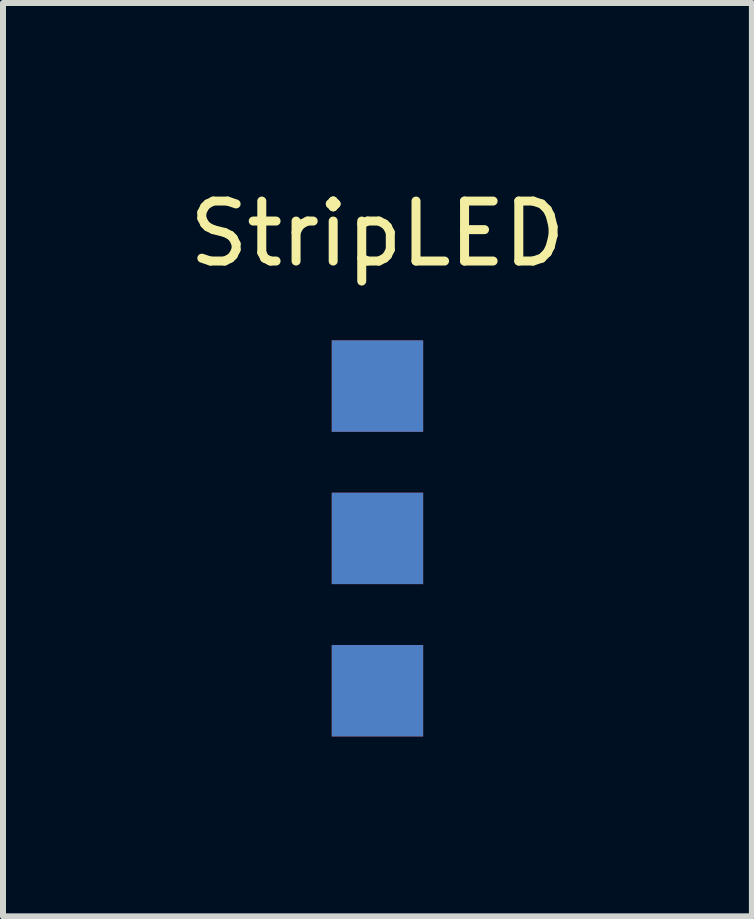
<source format=kicad_pcb>
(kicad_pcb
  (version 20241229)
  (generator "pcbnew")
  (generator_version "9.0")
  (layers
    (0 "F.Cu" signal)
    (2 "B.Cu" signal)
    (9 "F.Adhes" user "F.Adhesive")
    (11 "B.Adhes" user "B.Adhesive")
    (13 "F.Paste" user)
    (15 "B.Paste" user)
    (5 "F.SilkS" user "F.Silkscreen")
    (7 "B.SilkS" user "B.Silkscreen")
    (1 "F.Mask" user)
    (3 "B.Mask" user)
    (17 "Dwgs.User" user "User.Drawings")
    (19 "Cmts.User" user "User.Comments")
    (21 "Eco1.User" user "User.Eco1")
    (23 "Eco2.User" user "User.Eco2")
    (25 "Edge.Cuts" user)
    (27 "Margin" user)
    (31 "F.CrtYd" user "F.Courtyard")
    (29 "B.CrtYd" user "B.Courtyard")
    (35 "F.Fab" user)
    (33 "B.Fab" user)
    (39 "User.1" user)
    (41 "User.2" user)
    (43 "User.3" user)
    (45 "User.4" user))
  (footprint "StripLED"
    (layer "F.Cu")
    (at 3.244 3.388)
    (property "Reference" "StripLED" (at 0 -2.54 0) (layer "F.SilkS") (effects (font (size 1 1) (thickness 0.15))))
    (pad "1" smd rect (at 0 0) (size 1.524 1.524) (layers "F.Cu" "F.Mask" "F.Paste"))
    (pad "1" smd rect (at 0 5.08) (size 1.524 1.524) (layers "B.Cu" "B.Mask" "B.Paste"))
    (pad "2" smd rect (at 0 2.54) (size 1.524 1.524) (layers "F.Cu" "F.Mask" "F.Paste"))
    (pad "2" smd rect (at 0 2.54) (size 1.524 1.524) (layers "B.Cu" "B.Mask" "B.Paste"))
    (pad "3" smd rect (at 0 0) (size 1.524 1.524) (layers "B.Cu" "B.Mask" "B.Paste"))
    (pad "3" smd rect (at 0 5.08) (size 1.524 1.524) (layers "F.Cu" "F.Mask" "F.Paste")))
  (gr_rect
    (start -3 -3)
    (end 9.488 12.23)
    (stroke (width 0.1) (type default))
    (fill no)
    (layer "Edge.Cuts")))
</source>
